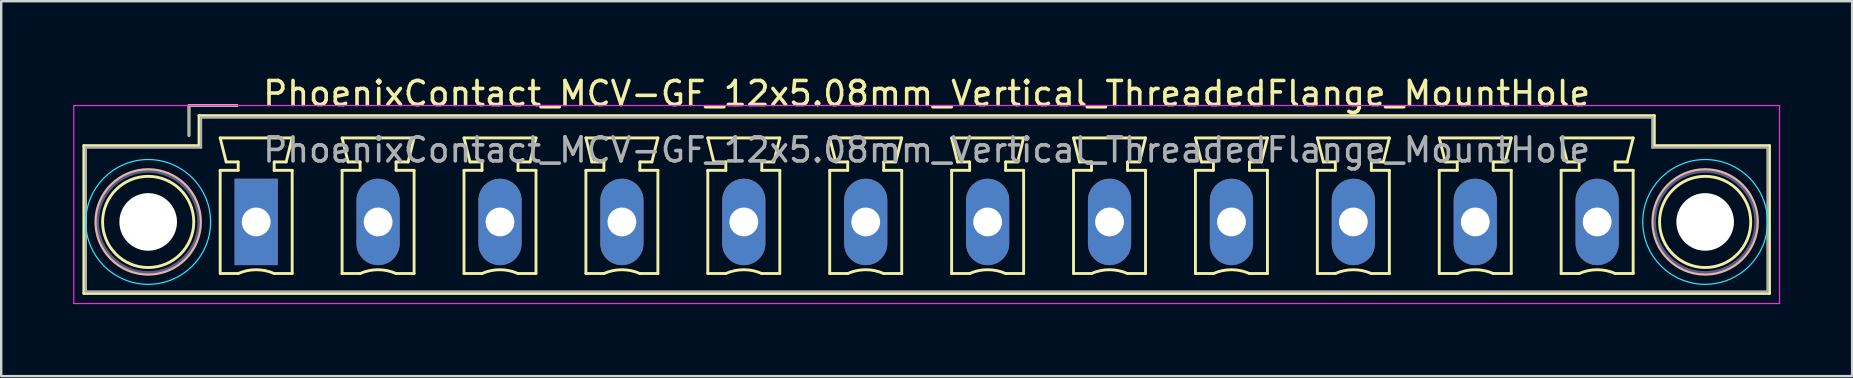
<source format=kicad_pcb>
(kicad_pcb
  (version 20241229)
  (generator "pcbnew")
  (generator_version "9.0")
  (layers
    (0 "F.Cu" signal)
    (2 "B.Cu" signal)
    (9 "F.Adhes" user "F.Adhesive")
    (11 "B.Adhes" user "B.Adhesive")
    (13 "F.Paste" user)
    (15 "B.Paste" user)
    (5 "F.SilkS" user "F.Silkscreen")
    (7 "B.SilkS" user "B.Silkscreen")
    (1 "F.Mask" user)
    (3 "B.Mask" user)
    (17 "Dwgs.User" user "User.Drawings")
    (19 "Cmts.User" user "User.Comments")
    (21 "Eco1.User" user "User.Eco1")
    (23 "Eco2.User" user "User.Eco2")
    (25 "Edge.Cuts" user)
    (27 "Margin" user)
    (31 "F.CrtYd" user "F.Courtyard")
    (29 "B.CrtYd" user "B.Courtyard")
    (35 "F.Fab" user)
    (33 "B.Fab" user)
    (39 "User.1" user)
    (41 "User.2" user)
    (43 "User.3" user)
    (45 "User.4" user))
  (footprint "PhoenixContact_MCV-GF_12x5.08mm_Vertical_ThreadedFlange_MountHole"
    (layer "F.Cu")
    (at 7.625 6.198)
    (property "Reference" "PhoenixContact_MCV-GF_12x5.08mm_Vertical_ThreadedFlange_MountHole" (at 27.94 -5.35 0) (layer "F.SilkS") (effects (font (size 1 1) (thickness 0.15))))
    (attr through_hole)
    (fp_line (start -7.18 -3.18) (end -7.18 2.98) (stroke (width 0.12) (type solid)) (layer "F.SilkS"))
    (fp_line (start -7.18 2.98) (end 63.06 2.98) (stroke (width 0.12) (type solid)) (layer "F.SilkS"))
    (fp_line (start -2.8 -4.85) (end -0.8 -4.85) (stroke (width 0.12) (type solid)) (layer "F.SilkS"))
    (fp_line (start -2.8 -3.6) (end -2.8 -4.85) (stroke (width 0.12) (type solid)) (layer "F.SilkS"))
    (fp_line (start -2.38 -4.43) (end -2.38 -3.18) (stroke (width 0.12) (type solid)) (layer "F.SilkS"))
    (fp_line (start -2.38 -3.18) (end -7.18 -3.18) (stroke (width 0.12) (type solid)) (layer "F.SilkS"))
    (fp_line (start -1.5 -3.5) (end 1.5 -3.5) (stroke (width 0.12) (type solid)) (layer "F.SilkS"))
    (fp_line (start -1.5 -2.15) (end -0.75 -2.15) (stroke (width 0.12) (type solid)) (layer "F.SilkS"))
    (fp_line (start -1.5 2.15) (end -1.5 -2.15) (stroke (width 0.12) (type solid)) (layer "F.SilkS"))
    (fp_line (start -1.25 -2.5) (end -1.5 -3.5) (stroke (width 0.12) (type solid)) (layer "F.SilkS"))
    (fp_line (start -0.75 -2.5) (end -1.25 -2.5) (stroke (width 0.12) (type solid)) (layer "F.SilkS"))
    (fp_line (start -0.75 -2.15) (end -0.75 -2.5) (stroke (width 0.12) (type solid)) (layer "F.SilkS"))
    (fp_line (start -0.75 2.15) (end -1.5 2.15) (stroke (width 0.12) (type solid)) (layer "F.SilkS"))
    (fp_line (start 0.75 -2.5) (end 0.75 -2.15) (stroke (width 0.12) (type solid)) (layer "F.SilkS"))
    (fp_line (start 0.75 -2.15) (end 1.5 -2.15) (stroke (width 0.12) (type solid)) (layer "F.SilkS"))
    (fp_line (start 1.25 -2.5) (end 0.75 -2.5) (stroke (width 0.12) (type solid)) (layer "F.SilkS"))
    (fp_line (start 1.5 -3.5) (end 1.25 -2.5) (stroke (width 0.12) (type solid)) (layer "F.SilkS"))
    (fp_line (start 1.5 -2.15) (end 1.5 2.15) (stroke (width 0.12) (type solid)) (layer "F.SilkS"))
    (fp_line (start 1.5 2.15) (end 0.75 2.15) (stroke (width 0.12) (type solid)) (layer "F.SilkS"))
    (fp_line (start 3.58 -3.5) (end 6.58 -3.5) (stroke (width 0.12) (type solid)) (layer "F.SilkS"))
    (fp_line (start 3.58 -2.15) (end 4.33 -2.15) (stroke (width 0.12) (type solid)) (layer "F.SilkS"))
    (fp_line (start 3.58 2.15) (end 3.58 -2.15) (stroke (width 0.12) (type solid)) (layer "F.SilkS"))
    (fp_line (start 3.83 -2.5) (end 3.58 -3.5) (stroke (width 0.12) (type solid)) (layer "F.SilkS"))
    (fp_line (start 4.33 -2.5) (end 3.83 -2.5) (stroke (width 0.12) (type solid)) (layer "F.SilkS"))
    (fp_line (start 4.33 -2.15) (end 4.33 -2.5) (stroke (width 0.12) (type solid)) (layer "F.SilkS"))
    (fp_line (start 4.33 2.15) (end 3.58 2.15) (stroke (width 0.12) (type solid)) (layer "F.SilkS"))
    (fp_line (start 5.83 -2.5) (end 5.83 -2.15) (stroke (width 0.12) (type solid)) (layer "F.SilkS"))
    (fp_line (start 5.83 -2.15) (end 6.58 -2.15) (stroke (width 0.12) (type solid)) (layer "F.SilkS"))
    (fp_line (start 6.33 -2.5) (end 5.83 -2.5) (stroke (width 0.12) (type solid)) (layer "F.SilkS"))
    (fp_line (start 6.58 -3.5) (end 6.33 -2.5) (stroke (width 0.12) (type solid)) (layer "F.SilkS"))
    (fp_line (start 6.58 -2.15) (end 6.58 2.15) (stroke (width 0.12) (type solid)) (layer "F.SilkS"))
    (fp_line (start 6.58 2.15) (end 5.83 2.15) (stroke (width 0.12) (type solid)) (layer "F.SilkS"))
    (fp_line (start 8.66 -3.5) (end 11.66 -3.5) (stroke (width 0.12) (type solid)) (layer "F.SilkS"))
    (fp_line (start 8.66 -2.15) (end 9.41 -2.15) (stroke (width 0.12) (type solid)) (layer "F.SilkS"))
    (fp_line (start 8.66 2.15) (end 8.66 -2.15) (stroke (width 0.12) (type solid)) (layer "F.SilkS"))
    (fp_line (start 8.91 -2.5) (end 8.66 -3.5) (stroke (width 0.12) (type solid)) (layer "F.SilkS"))
    (fp_line (start 9.41 -2.5) (end 8.91 -2.5) (stroke (width 0.12) (type solid)) (layer "F.SilkS"))
    (fp_line (start 9.41 -2.15) (end 9.41 -2.5) (stroke (width 0.12) (type solid)) (layer "F.SilkS"))
    (fp_line (start 9.41 2.15) (end 8.66 2.15) (stroke (width 0.12) (type solid)) (layer "F.SilkS"))
    (fp_line (start 10.91 -2.5) (end 10.91 -2.15) (stroke (width 0.12) (type solid)) (layer "F.SilkS"))
    (fp_line (start 10.91 -2.15) (end 11.66 -2.15) (stroke (width 0.12) (type solid)) (layer "F.SilkS"))
    (fp_line (start 11.41 -2.5) (end 10.91 -2.5) (stroke (width 0.12) (type solid)) (layer "F.SilkS"))
    (fp_line (start 11.66 -3.5) (end 11.41 -2.5) (stroke (width 0.12) (type solid)) (layer "F.SilkS"))
    (fp_line (start 11.66 -2.15) (end 11.66 2.15) (stroke (width 0.12) (type solid)) (layer "F.SilkS"))
    (fp_line (start 11.66 2.15) (end 10.91 2.15) (stroke (width 0.12) (type solid)) (layer "F.SilkS"))
    (fp_line (start 13.74 -3.5) (end 16.74 -3.5) (stroke (width 0.12) (type solid)) (layer "F.SilkS"))
    (fp_line (start 13.74 -2.15) (end 14.49 -2.15) (stroke (width 0.12) (type solid)) (layer "F.SilkS"))
    (fp_line (start 13.74 2.15) (end 13.74 -2.15) (stroke (width 0.12) (type solid)) (layer "F.SilkS"))
    (fp_line (start 13.99 -2.5) (end 13.74 -3.5) (stroke (width 0.12) (type solid)) (layer "F.SilkS"))
    (fp_line (start 14.49 -2.5) (end 13.99 -2.5) (stroke (width 0.12) (type solid)) (layer "F.SilkS"))
    (fp_line (start 14.49 -2.15) (end 14.49 -2.5) (stroke (width 0.12) (type solid)) (layer "F.SilkS"))
    (fp_line (start 14.49 2.15) (end 13.74 2.15) (stroke (width 0.12) (type solid)) (layer "F.SilkS"))
    (fp_line (start 15.99 -2.5) (end 15.99 -2.15) (stroke (width 0.12) (type solid)) (layer "F.SilkS"))
    (fp_line (start 15.99 -2.15) (end 16.74 -2.15) (stroke (width 0.12) (type solid)) (layer "F.SilkS"))
    (fp_line (start 16.49 -2.5) (end 15.99 -2.5) (stroke (width 0.12) (type solid)) (layer "F.SilkS"))
    (fp_line (start 16.74 -3.5) (end 16.49 -2.5) (stroke (width 0.12) (type solid)) (layer "F.SilkS"))
    (fp_line (start 16.74 -2.15) (end 16.74 2.15) (stroke (width 0.12) (type solid)) (layer "F.SilkS"))
    (fp_line (start 16.74 2.15) (end 15.99 2.15) (stroke (width 0.12) (type solid)) (layer "F.SilkS"))
    (fp_line (start 18.82 -3.5) (end 21.82 -3.5) (stroke (width 0.12) (type solid)) (layer "F.SilkS"))
    (fp_line (start 18.82 -2.15) (end 19.57 -2.15) (stroke (width 0.12) (type solid)) (layer "F.SilkS"))
    (fp_line (start 18.82 2.15) (end 18.82 -2.15) (stroke (width 0.12) (type solid)) (layer "F.SilkS"))
    (fp_line (start 19.07 -2.5) (end 18.82 -3.5) (stroke (width 0.12) (type solid)) (layer "F.SilkS"))
    (fp_line (start 19.57 -2.5) (end 19.07 -2.5) (stroke (width 0.12) (type solid)) (layer "F.SilkS"))
    (fp_line (start 19.57 -2.15) (end 19.57 -2.5) (stroke (width 0.12) (type solid)) (layer "F.SilkS"))
    (fp_line (start 19.57 2.15) (end 18.82 2.15) (stroke (width 0.12) (type solid)) (layer "F.SilkS"))
    (fp_line (start 21.07 -2.5) (end 21.07 -2.15) (stroke (width 0.12) (type solid)) (layer "F.SilkS"))
    (fp_line (start 21.07 -2.15) (end 21.82 -2.15) (stroke (width 0.12) (type solid)) (layer "F.SilkS"))
    (fp_line (start 21.57 -2.5) (end 21.07 -2.5) (stroke (width 0.12) (type solid)) (layer "F.SilkS"))
    (fp_line (start 21.82 -3.5) (end 21.57 -2.5) (stroke (width 0.12) (type solid)) (layer "F.SilkS"))
    (fp_line (start 21.82 -2.15) (end 21.82 2.15) (stroke (width 0.12) (type solid)) (layer "F.SilkS"))
    (fp_line (start 21.82 2.15) (end 21.07 2.15) (stroke (width 0.12) (type solid)) (layer "F.SilkS"))
    (fp_line (start 23.9 -3.5) (end 26.9 -3.5) (stroke (width 0.12) (type solid)) (layer "F.SilkS"))
    (fp_line (start 23.9 -2.15) (end 24.65 -2.15) (stroke (width 0.12) (type solid)) (layer "F.SilkS"))
    (fp_line (start 23.9 2.15) (end 23.9 -2.15) (stroke (width 0.12) (type solid)) (layer "F.SilkS"))
    (fp_line (start 24.15 -2.5) (end 23.9 -3.5) (stroke (width 0.12) (type solid)) (layer "F.SilkS"))
    (fp_line (start 24.65 -2.5) (end 24.15 -2.5) (stroke (width 0.12) (type solid)) (layer "F.SilkS"))
    (fp_line (start 24.65 -2.15) (end 24.65 -2.5) (stroke (width 0.12) (type solid)) (layer "F.SilkS"))
    (fp_line (start 24.65 2.15) (end 23.9 2.15) (stroke (width 0.12) (type solid)) (layer "F.SilkS"))
    (fp_line (start 26.15 -2.5) (end 26.15 -2.15) (stroke (width 0.12) (type solid)) (layer "F.SilkS"))
    (fp_line (start 26.15 -2.15) (end 26.9 -2.15) (stroke (width 0.12) (type solid)) (layer "F.SilkS"))
    (fp_line (start 26.65 -2.5) (end 26.15 -2.5) (stroke (width 0.12) (type solid)) (layer "F.SilkS"))
    (fp_line (start 26.9 -3.5) (end 26.65 -2.5) (stroke (width 0.12) (type solid)) (layer "F.SilkS"))
    (fp_line (start 26.9 -2.15) (end 26.9 2.15) (stroke (width 0.12) (type solid)) (layer "F.SilkS"))
    (fp_line (start 26.9 2.15) (end 26.15 2.15) (stroke (width 0.12) (type solid)) (layer "F.SilkS"))
    (fp_line (start 28.98 -3.5) (end 31.98 -3.5) (stroke (width 0.12) (type solid)) (layer "F.SilkS"))
    (fp_line (start 28.98 -2.15) (end 29.73 -2.15) (stroke (width 0.12) (type solid)) (layer "F.SilkS"))
    (fp_line (start 28.98 2.15) (end 28.98 -2.15) (stroke (width 0.12) (type solid)) (layer "F.SilkS"))
    (fp_line (start 29.23 -2.5) (end 28.98 -3.5) (stroke (width 0.12) (type solid)) (layer "F.SilkS"))
    (fp_line (start 29.73 -2.5) (end 29.23 -2.5) (stroke (width 0.12) (type solid)) (layer "F.SilkS"))
    (fp_line (start 29.73 -2.15) (end 29.73 -2.5) (stroke (width 0.12) (type solid)) (layer "F.SilkS"))
    (fp_line (start 29.73 2.15) (end 28.98 2.15) (stroke (width 0.12) (type solid)) (layer "F.SilkS"))
    (fp_line (start 31.23 -2.5) (end 31.23 -2.15) (stroke (width 0.12) (type solid)) (layer "F.SilkS"))
    (fp_line (start 31.23 -2.15) (end 31.98 -2.15) (stroke (width 0.12) (type solid)) (layer "F.SilkS"))
    (fp_line (start 31.73 -2.5) (end 31.23 -2.5) (stroke (width 0.12) (type solid)) (layer "F.SilkS"))
    (fp_line (start 31.98 -3.5) (end 31.73 -2.5) (stroke (width 0.12) (type solid)) (layer "F.SilkS"))
    (fp_line (start 31.98 -2.15) (end 31.98 2.15) (stroke (width 0.12) (type solid)) (layer "F.SilkS"))
    (fp_line (start 31.98 2.15) (end 31.23 2.15) (stroke (width 0.12) (type solid)) (layer "F.SilkS"))
    (fp_line (start 34.06 -3.5) (end 37.06 -3.5) (stroke (width 0.12) (type solid)) (layer "F.SilkS"))
    (fp_line (start 34.06 -2.15) (end 34.81 -2.15) (stroke (width 0.12) (type solid)) (layer "F.SilkS"))
    (fp_line (start 34.06 2.15) (end 34.06 -2.15) (stroke (width 0.12) (type solid)) (layer "F.SilkS"))
    (fp_line (start 34.31 -2.5) (end 34.06 -3.5) (stroke (width 0.12) (type solid)) (layer "F.SilkS"))
    (fp_line (start 34.81 -2.5) (end 34.31 -2.5) (stroke (width 0.12) (type solid)) (layer "F.SilkS"))
    (fp_line (start 34.81 -2.15) (end 34.81 -2.5) (stroke (width 0.12) (type solid)) (layer "F.SilkS"))
    (fp_line (start 34.81 2.15) (end 34.06 2.15) (stroke (width 0.12) (type solid)) (layer "F.SilkS"))
    (fp_line (start 36.31 -2.5) (end 36.31 -2.15) (stroke (width 0.12) (type solid)) (layer "F.SilkS"))
    (fp_line (start 36.31 -2.15) (end 37.06 -2.15) (stroke (width 0.12) (type solid)) (layer "F.SilkS"))
    (fp_line (start 36.81 -2.5) (end 36.31 -2.5) (stroke (width 0.12) (type solid)) (layer "F.SilkS"))
    (fp_line (start 37.06 -3.5) (end 36.81 -2.5) (stroke (width 0.12) (type solid)) (layer "F.SilkS"))
    (fp_line (start 37.06 -2.15) (end 37.06 2.15) (stroke (width 0.12) (type solid)) (layer "F.SilkS"))
    (fp_line (start 37.06 2.15) (end 36.31 2.15) (stroke (width 0.12) (type solid)) (layer "F.SilkS"))
    (fp_line (start 39.14 -3.5) (end 42.14 -3.5) (stroke (width 0.12) (type solid)) (layer "F.SilkS"))
    (fp_line (start 39.14 -2.15) (end 39.89 -2.15) (stroke (width 0.12) (type solid)) (layer "F.SilkS"))
    (fp_line (start 39.14 2.15) (end 39.14 -2.15) (stroke (width 0.12) (type solid)) (layer "F.SilkS"))
    (fp_line (start 39.39 -2.5) (end 39.14 -3.5) (stroke (width 0.12) (type solid)) (layer "F.SilkS"))
    (fp_line (start 39.89 -2.5) (end 39.39 -2.5) (stroke (width 0.12) (type solid)) (layer "F.SilkS"))
    (fp_line (start 39.89 -2.15) (end 39.89 -2.5) (stroke (width 0.12) (type solid)) (layer "F.SilkS"))
    (fp_line (start 39.89 2.15) (end 39.14 2.15) (stroke (width 0.12) (type solid)) (layer "F.SilkS"))
    (fp_line (start 41.39 -2.5) (end 41.39 -2.15) (stroke (width 0.12) (type solid)) (layer "F.SilkS"))
    (fp_line (start 41.39 -2.15) (end 42.14 -2.15) (stroke (width 0.12) (type solid)) (layer "F.SilkS"))
    (fp_line (start 41.89 -2.5) (end 41.39 -2.5) (stroke (width 0.12) (type solid)) (layer "F.SilkS"))
    (fp_line (start 42.14 -3.5) (end 41.89 -2.5) (stroke (width 0.12) (type solid)) (layer "F.SilkS"))
    (fp_line (start 42.14 -2.15) (end 42.14 2.15) (stroke (width 0.12) (type solid)) (layer "F.SilkS"))
    (fp_line (start 42.14 2.15) (end 41.39 2.15) (stroke (width 0.12) (type solid)) (layer "F.SilkS"))
    (fp_line (start 44.22 -3.5) (end 47.22 -3.5) (stroke (width 0.12) (type solid)) (layer "F.SilkS"))
    (fp_line (start 44.22 -2.15) (end 44.97 -2.15) (stroke (width 0.12) (type solid)) (layer "F.SilkS"))
    (fp_line (start 44.22 2.15) (end 44.22 -2.15) (stroke (width 0.12) (type solid)) (layer "F.SilkS"))
    (fp_line (start 44.47 -2.5) (end 44.22 -3.5) (stroke (width 0.12) (type solid)) (layer "F.SilkS"))
    (fp_line (start 44.97 -2.5) (end 44.47 -2.5) (stroke (width 0.12) (type solid)) (layer "F.SilkS"))
    (fp_line (start 44.97 -2.15) (end 44.97 -2.5) (stroke (width 0.12) (type solid)) (layer "F.SilkS"))
    (fp_line (start 44.97 2.15) (end 44.22 2.15) (stroke (width 0.12) (type solid)) (layer "F.SilkS"))
    (fp_line (start 46.47 -2.5) (end 46.47 -2.15) (stroke (width 0.12) (type solid)) (layer "F.SilkS"))
    (fp_line (start 46.47 -2.15) (end 47.22 -2.15) (stroke (width 0.12) (type solid)) (layer "F.SilkS"))
    (fp_line (start 46.97 -2.5) (end 46.47 -2.5) (stroke (width 0.12) (type solid)) (layer "F.SilkS"))
    (fp_line (start 47.22 -3.5) (end 46.97 -2.5) (stroke (width 0.12) (type solid)) (layer "F.SilkS"))
    (fp_line (start 47.22 -2.15) (end 47.22 2.15) (stroke (width 0.12) (type solid)) (layer "F.SilkS"))
    (fp_line (start 47.22 2.15) (end 46.47 2.15) (stroke (width 0.12) (type solid)) (layer "F.SilkS"))
    (fp_line (start 49.3 -3.5) (end 52.3 -3.5) (stroke (width 0.12) (type solid)) (layer "F.SilkS"))
    (fp_line (start 49.3 -2.15) (end 50.05 -2.15) (stroke (width 0.12) (type solid)) (layer "F.SilkS"))
    (fp_line (start 49.3 2.15) (end 49.3 -2.15) (stroke (width 0.12) (type solid)) (layer "F.SilkS"))
    (fp_line (start 49.55 -2.5) (end 49.3 -3.5) (stroke (width 0.12) (type solid)) (layer "F.SilkS"))
    (fp_line (start 50.05 -2.5) (end 49.55 -2.5) (stroke (width 0.12) (type solid)) (layer "F.SilkS"))
    (fp_line (start 50.05 -2.15) (end 50.05 -2.5) (stroke (width 0.12) (type solid)) (layer "F.SilkS"))
    (fp_line (start 50.05 2.15) (end 49.3 2.15) (stroke (width 0.12) (type solid)) (layer "F.SilkS"))
    (fp_line (start 51.55 -2.5) (end 51.55 -2.15) (stroke (width 0.12) (type solid)) (layer "F.SilkS"))
    (fp_line (start 51.55 -2.15) (end 52.3 -2.15) (stroke (width 0.12) (type solid)) (layer "F.SilkS"))
    (fp_line (start 52.05 -2.5) (end 51.55 -2.5) (stroke (width 0.12) (type solid)) (layer "F.SilkS"))
    (fp_line (start 52.3 -3.5) (end 52.05 -2.5) (stroke (width 0.12) (type solid)) (layer "F.SilkS"))
    (fp_line (start 52.3 -2.15) (end 52.3 2.15) (stroke (width 0.12) (type solid)) (layer "F.SilkS"))
    (fp_line (start 52.3 2.15) (end 51.55 2.15) (stroke (width 0.12) (type solid)) (layer "F.SilkS"))
    (fp_line (start 54.38 -3.5) (end 57.38 -3.5) (stroke (width 0.12) (type solid)) (layer "F.SilkS"))
    (fp_line (start 54.38 -2.15) (end 55.13 -2.15) (stroke (width 0.12) (type solid)) (layer "F.SilkS"))
    (fp_line (start 54.38 2.15) (end 54.38 -2.15) (stroke (width 0.12) (type solid)) (layer "F.SilkS"))
    (fp_line (start 54.63 -2.5) (end 54.38 -3.5) (stroke (width 0.12) (type solid)) (layer "F.SilkS"))
    (fp_line (start 55.13 -2.5) (end 54.63 -2.5) (stroke (width 0.12) (type solid)) (layer "F.SilkS"))
    (fp_line (start 55.13 -2.15) (end 55.13 -2.5) (stroke (width 0.12) (type solid)) (layer "F.SilkS"))
    (fp_line (start 55.13 2.15) (end 54.38 2.15) (stroke (width 0.12) (type solid)) (layer "F.SilkS"))
    (fp_line (start 56.63 -2.5) (end 56.63 -2.15) (stroke (width 0.12) (type solid)) (layer "F.SilkS"))
    (fp_line (start 56.63 -2.15) (end 57.38 -2.15) (stroke (width 0.12) (type solid)) (layer "F.SilkS"))
    (fp_line (start 57.13 -2.5) (end 56.63 -2.5) (stroke (width 0.12) (type solid)) (layer "F.SilkS"))
    (fp_line (start 57.38 -3.5) (end 57.13 -2.5) (stroke (width 0.12) (type solid)) (layer "F.SilkS"))
    (fp_line (start 57.38 -2.15) (end 57.38 2.15) (stroke (width 0.12) (type solid)) (layer "F.SilkS"))
    (fp_line (start 57.38 2.15) (end 56.63 2.15) (stroke (width 0.12) (type solid)) (layer "F.SilkS"))
    (fp_line (start 58.26 -4.43) (end -2.38 -4.43) (stroke (width 0.12) (type solid)) (layer "F.SilkS"))
    (fp_line (start 58.26 -3.18) (end 58.26 -4.43) (stroke (width 0.12) (type solid)) (layer "F.SilkS"))
    (fp_line (start 63.06 -3.18) (end 58.26 -3.18) (stroke (width 0.12) (type solid)) (layer "F.SilkS"))
    (fp_line (start 63.06 2.98) (end 63.06 -3.18) (stroke (width 0.12) (type solid)) (layer "F.SilkS"))
    (fp_arc (start -0.75 2.15) (mid -0.000193 1.99191) (end 0.749647 2.149844) (stroke (width 0.12) (type solid)) (layer "F.SilkS"))
    (fp_arc (start 4.33 2.15) (mid 5.079807 1.99191) (end 5.829647 2.149844) (stroke (width 0.12) (type solid)) (layer "F.SilkS"))
    (fp_arc (start 9.41 2.15) (mid 10.159807 1.99191) (end 10.909647 2.149844) (stroke (width 0.12) (type solid)) (layer "F.SilkS"))
    (fp_arc (start 14.49 2.15) (mid 15.239807 1.99191) (end 15.989647 2.149844) (stroke (width 0.12) (type solid)) (layer "F.SilkS"))
    (fp_arc (start 19.57 2.15) (mid 20.319807 1.99191) (end 21.069647 2.149844) (stroke (width 0.12) (type solid)) (layer "F.SilkS"))
    (fp_arc (start 24.65 2.15) (mid 25.399807 1.99191) (end 26.149647 2.149844) (stroke (width 0.12) (type solid)) (layer "F.SilkS"))
    (fp_arc (start 29.73 2.15) (mid 30.479807 1.99191) (end 31.229647 2.149844) (stroke (width 0.12) (type solid)) (layer "F.SilkS"))
    (fp_arc (start 34.81 2.15) (mid 35.559807 1.99191) (end 36.309647 2.149844) (stroke (width 0.12) (type solid)) (layer "F.SilkS"))
    (fp_arc (start 39.89 2.15) (mid 40.639807 1.99191) (end 41.389647 2.149844) (stroke (width 0.12) (type solid)) (layer "F.SilkS"))
    (fp_arc (start 44.97 2.15) (mid 45.719807 1.99191) (end 46.469647 2.149844) (stroke (width 0.12) (type solid)) (layer "F.SilkS"))
    (fp_arc (start 50.05 2.15) (mid 50.799807 1.99191) (end 51.549647 2.149844) (stroke (width 0.12) (type solid)) (layer "F.SilkS"))
    (fp_arc (start 55.13 2.15) (mid 55.879807 1.99191) (end 56.629647 2.149844) (stroke (width 0.12) (type solid)) (layer "F.SilkS"))
    (fp_circle (center -4.5 0) (end -2.6 0) (stroke (width 0.12) (type solid)) (fill no) (layer "F.SilkS"))
    (fp_circle (center 60.38 0) (end 62.28 0) (stroke (width 0.12) (type solid)) (fill no) (layer "F.SilkS"))
    (fp_circle (center -4.5 0) (end -2.32 0) (stroke (width 0.12) (type solid)) (fill no) (layer "B.SilkS"))
    (fp_circle (center 60.38 0) (end 62.56 0) (stroke (width 0.12) (type solid)) (fill no) (layer "B.SilkS"))
    (fp_circle (center -4.5 0) (end -1.9 0) (stroke (width 0.05) (type solid)) (fill no) (layer "B.CrtYd"))
    (fp_circle (center 60.38 0) (end 62.98 0) (stroke (width 0.05) (type solid)) (fill no) (layer "B.CrtYd"))
    (fp_line (start -7.6 -4.85) (end -7.6 3.4) (stroke (width 0.05) (type solid)) (layer "F.CrtYd"))
    (fp_line (start -7.6 3.4) (end 63.48 3.4) (stroke (width 0.05) (type solid)) (layer "F.CrtYd"))
    (fp_line (start 63.48 -4.85) (end -7.6 -4.85) (stroke (width 0.05) (type solid)) (layer "F.CrtYd"))
    (fp_line (start 63.48 3.4) (end 63.48 -4.85) (stroke (width 0.05) (type solid)) (layer "F.CrtYd"))
    (fp_circle (center -4.5 0) (end -2.4 0) (stroke (width 0.1) (type solid)) (fill no) (layer "B.Fab"))
    (fp_circle (center 60.38 0) (end 62.48 0) (stroke (width 0.1) (type solid)) (fill no) (layer "B.Fab"))
    (fp_line (start -7.1 -3.1) (end -7.1 2.9) (stroke (width 0.1) (type solid)) (layer "F.Fab"))
    (fp_line (start -7.1 2.9) (end 62.98 2.9) (stroke (width 0.1) (type solid)) (layer "F.Fab"))
    (fp_line (start -2.8 -4.85) (end -0.8 -4.85) (stroke (width 0.1) (type solid)) (layer "F.Fab"))
    (fp_line (start -2.8 -3.6) (end -2.8 -4.85) (stroke (width 0.1) (type solid)) (layer "F.Fab"))
    (fp_line (start -2.3 -4.35) (end -2.3 -3.1) (stroke (width 0.1) (type solid)) (layer "F.Fab"))
    (fp_line (start -2.3 -3.1) (end -7.1 -3.1) (stroke (width 0.1) (type solid)) (layer "F.Fab"))
    (fp_line (start 58.18 -4.35) (end -2.3 -4.35) (stroke (width 0.1) (type solid)) (layer "F.Fab"))
    (fp_line (start 58.18 -3.1) (end 58.18 -4.35) (stroke (width 0.1) (type solid)) (layer "F.Fab"))
    (fp_line (start 62.98 -3.1) (end 58.18 -3.1) (stroke (width 0.1) (type solid)) (layer "F.Fab"))
    (fp_line (start 62.98 2.9) (end 62.98 -3.1) (stroke (width 0.1) (type solid)) (layer "F.Fab"))
    (fp_text user "${REFERENCE}" (at 27.94 -3 0) (layer "F.Fab") (effects (font (size 1 1) (thickness 0.15))))
    (pad "" np_thru_hole circle (at -4.5 0) (size 2.4 2.4) (drill 2.4) (layers "*.Cu" "*.Mask"))
    (pad "" np_thru_hole circle (at 60.38 0) (size 2.4 2.4) (drill 2.4) (layers "*.Cu" "*.Mask"))
    (pad "1" thru_hole rect (at 0 0) (size 1.8 3.6) (drill 1.2) (layers "*.Cu" "*.Mask"))
    (pad "2" thru_hole oval (at 5.08 0) (size 1.8 3.6) (drill 1.2) (layers "*.Cu" "*.Mask"))
    (pad "3" thru_hole oval (at 10.16 0) (size 1.8 3.6) (drill 1.2) (layers "*.Cu" "*.Mask"))
    (pad "4" thru_hole oval (at 15.24 0) (size 1.8 3.6) (drill 1.2) (layers "*.Cu" "*.Mask"))
    (pad "5" thru_hole oval (at 20.32 0) (size 1.8 3.6) (drill 1.2) (layers "*.Cu" "*.Mask"))
    (pad "6" thru_hole oval (at 25.4 0) (size 1.8 3.6) (drill 1.2) (layers "*.Cu" "*.Mask"))
    (pad "7" thru_hole oval (at 30.48 0) (size 1.8 3.6) (drill 1.2) (layers "*.Cu" "*.Mask"))
    (pad "8" thru_hole oval (at 35.56 0) (size 1.8 3.6) (drill 1.2) (layers "*.Cu" "*.Mask"))
    (pad "9" thru_hole oval (at 40.64 0) (size 1.8 3.6) (drill 1.2) (layers "*.Cu" "*.Mask"))
    (pad "10" thru_hole oval (at 45.72 0) (size 1.8 3.6) (drill 1.2) (layers "*.Cu" "*.Mask"))
    (pad "11" thru_hole oval (at 50.8 0) (size 1.8 3.6) (drill 1.2) (layers "*.Cu" "*.Mask"))
    (pad "12" thru_hole oval (at 55.88 0) (size 1.8 3.6) (drill 1.2) (layers "*.Cu" "*.Mask")))
  (gr_rect
    (start -3 -3)
    (end 74.13 12.623)
    (stroke (width 0.1) (type default))
    (fill no)
    (layer "Edge.Cuts")))
</source>
